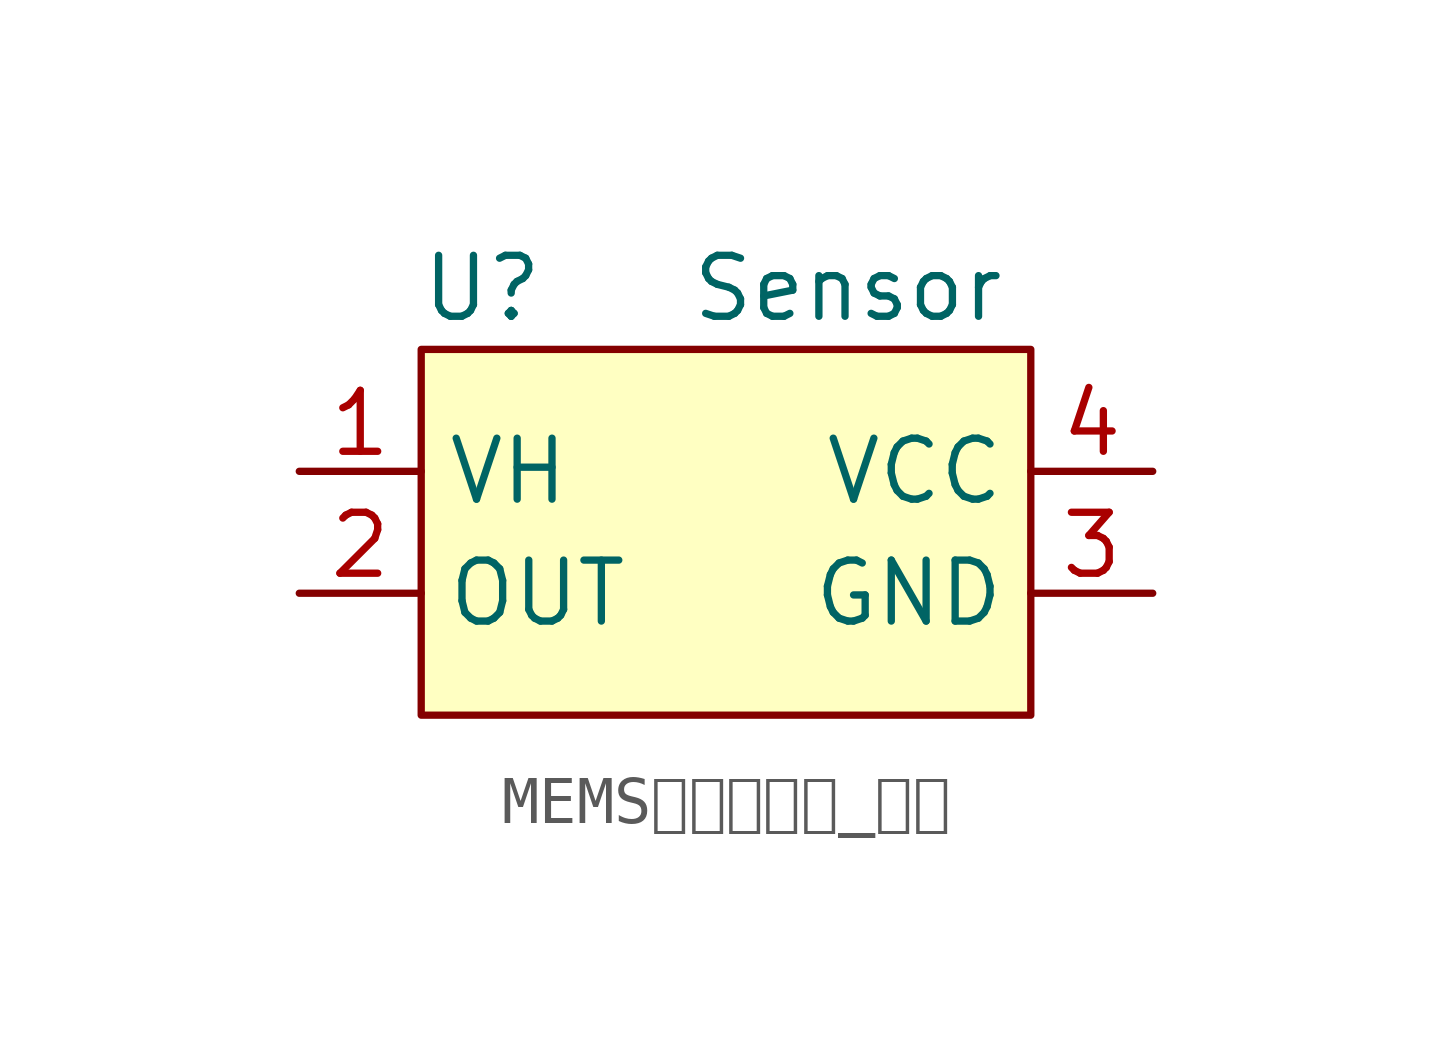
<source format=kicad_sym>
(kicad_symbol_lib
  (version 20220914)
  (generator kicad_symbol_editor)
  (symbol "MEMS气体传感器_乙醇"
    (property "Reference" "U"
      (at -5.08 5.08 0)
      (effects (font (size 1.27 1.27))))
    (property "Value" "Sensor"
      (at 2.54 5.08 0)
      (effects (font (size 1.27 1.27))))
    (symbol "MEMS气体传感器_乙醇_0_0"
      (pin power_in line (at -8.89 1.27 0) (length 2.54) (name "VH" (effects (font (size 1.27 1.27)))) (number "1" (effects (font (size 1.27 1.27)))))
      (pin output line (at -8.89 -1.27 0) (length 2.54) (name "OUT" (effects (font (size 1.27 1.27)))) (number "2" (effects (font (size 1.27 1.27)))))
      (pin power_in line (at 8.89 -1.27 180) (length 2.54) (name "GND" (effects (font (size 1.27 1.27)))) (number "3" (effects (font (size 1.27 1.27)))))
      (pin power_in line (at 8.89 1.27 180) (length 2.54) (name "VCC" (effects (font (size 1.27 1.27)))) (number "4" (effects (font (size 1.27 1.27))))))
    (symbol "MEMS气体传感器_乙醇_1_1"
      (rectangle (start -6.35 3.81) (end 6.35 -3.81) (stroke (width 0) (type default)) (fill (type background))))))
</source>
